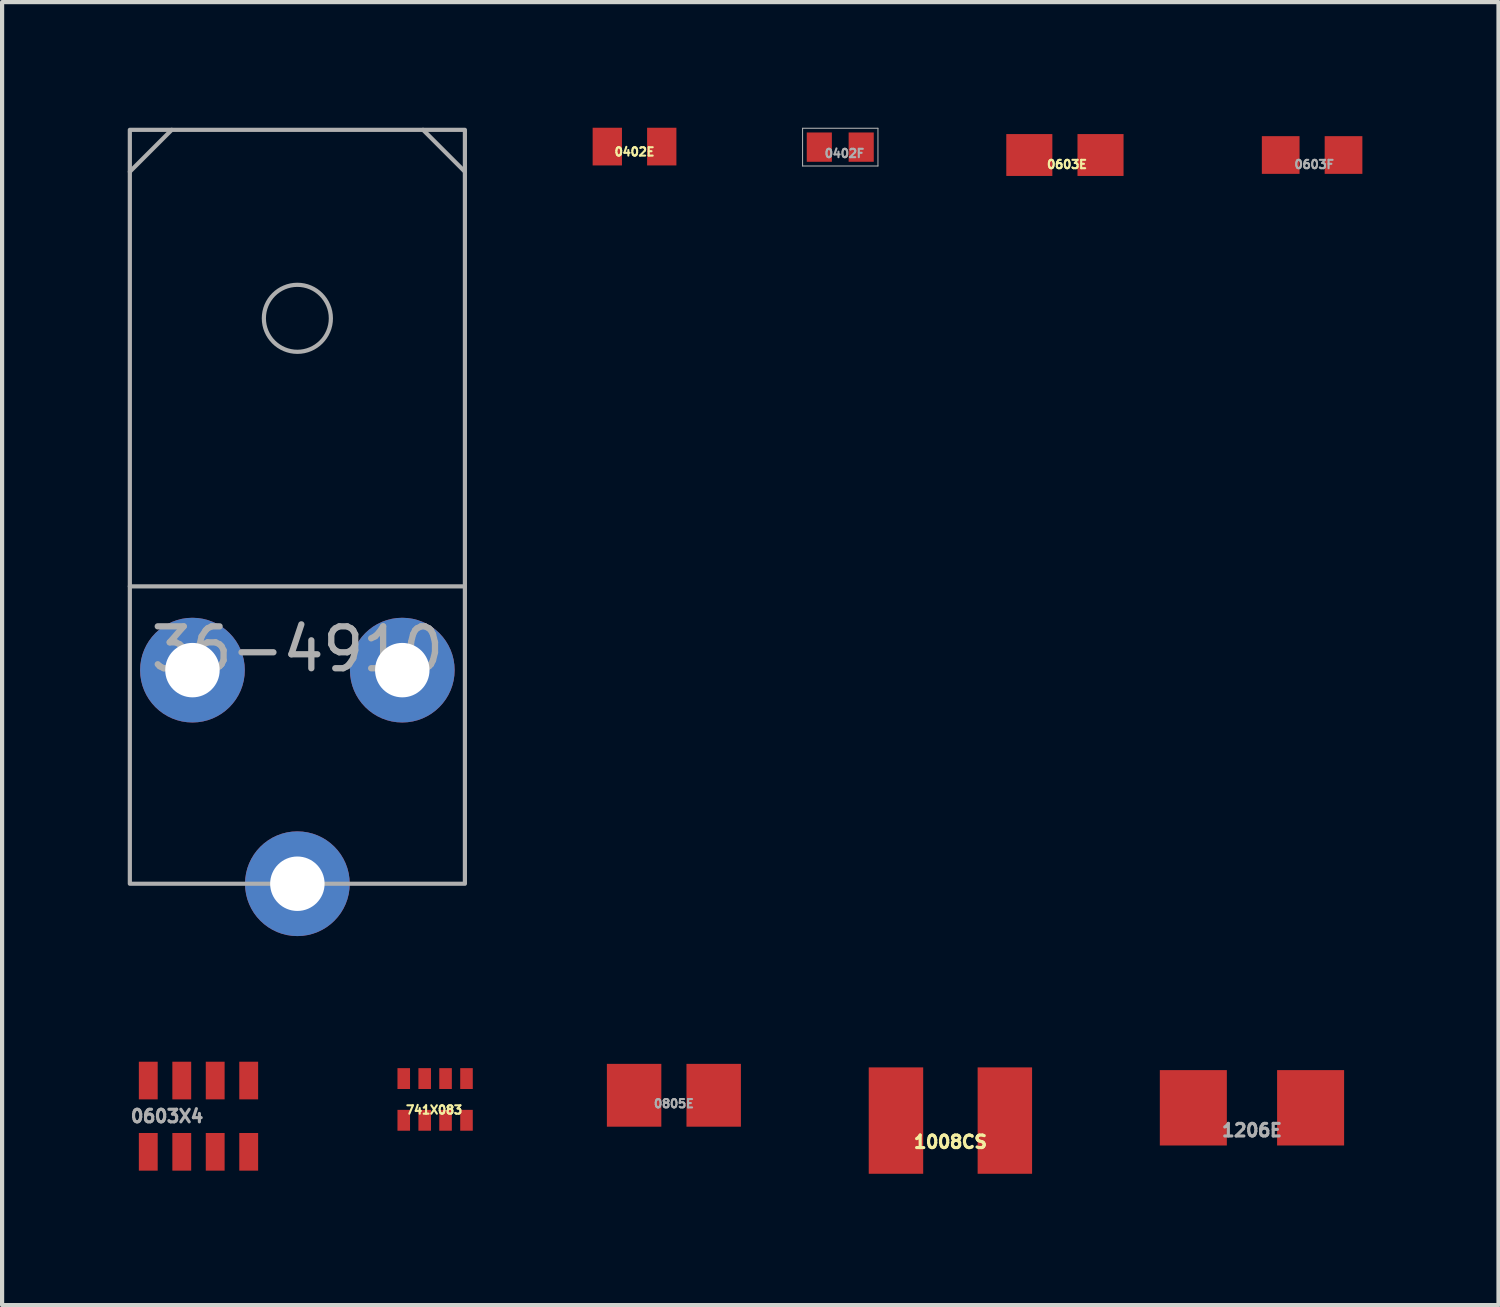
<source format=kicad_pcb>
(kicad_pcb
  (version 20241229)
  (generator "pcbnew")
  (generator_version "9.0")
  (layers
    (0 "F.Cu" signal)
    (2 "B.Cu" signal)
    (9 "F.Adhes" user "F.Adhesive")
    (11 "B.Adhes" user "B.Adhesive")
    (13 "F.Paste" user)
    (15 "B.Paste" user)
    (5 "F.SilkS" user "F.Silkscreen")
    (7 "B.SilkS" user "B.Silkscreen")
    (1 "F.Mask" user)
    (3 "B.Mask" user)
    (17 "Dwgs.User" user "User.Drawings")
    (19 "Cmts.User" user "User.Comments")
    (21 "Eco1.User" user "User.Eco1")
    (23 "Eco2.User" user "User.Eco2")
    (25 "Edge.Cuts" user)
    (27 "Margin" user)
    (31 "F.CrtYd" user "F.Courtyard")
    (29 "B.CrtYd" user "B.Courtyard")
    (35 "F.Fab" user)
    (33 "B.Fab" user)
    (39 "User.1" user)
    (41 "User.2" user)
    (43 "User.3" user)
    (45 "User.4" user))
  (footprint "0603F"
    (layer "F.Cu")
    (at 28.278 0.651)
    (property "Reference" "0603F" (at 0.05 0.225 0) (layer "F.Fab") (effects (font (size 0.2 0.2) (thickness 0.05))))
    (attr smd)
    (fp_line (start -1.45 -0.65) (end 1.45 -0.65) (stroke (width 0.001) (type solid)) (layer "F.Fab"))
    (fp_line (start -1.45 0.65) (end -1.45 -0.65) (stroke (width 0.001) (type solid)) (layer "F.Fab"))
    (fp_line (start 1.45 -0.65) (end 1.45 0.65) (stroke (width 0.001) (type solid)) (layer "F.Fab"))
    (fp_line (start 1.45 0.65) (end -1.45 0.65) (stroke (width 0.001) (type solid)) (layer "F.Fab"))
    (pad "1" smd rect (at -0.75 0) (size 0.9 0.9) (layers "F.Cu" "F.Mask" "F.Paste"))
    (pad "2" smd rect (at 0.75 0) (size 0.9 0.9) (layers "F.Cu" "F.Mask" "F.Paste")))
  (footprint "0805E"
    (layer "F.Cu")
    (at 13.04 23.101)
    (property "Reference" "0805E" (at 0 0.2 0) (layer "F.Fab") (effects (font (size 0.2 0.2) (thickness 0.05))))
    (attr smd)
    (fp_line (start -1.651 -0.8) (end -1.651 0.8) (stroke (width 0.001) (type solid)) (layer "F.Fab"))
    (fp_line (start -1.651 0.8) (end 1.651 0.8) (stroke (width 0.001) (type solid)) (layer "F.Fab"))
    (fp_line (start 1.651 -0.8) (end -1.651 -0.8) (stroke (width 0.001) (type solid)) (layer "F.Fab"))
    (fp_line (start 1.651 0.8) (end 1.651 -0.8) (stroke (width 0.001) (type solid)) (layer "F.Fab"))
    (pad "1" smd rect (at -0.95 0) (size 1.3 1.5) (layers "F.Cu" "F.Mask" "F.Paste"))
    (pad "2" smd rect (at 0.95 0) (size 1.3 1.5) (layers "F.Cu" "F.Mask" "F.Paste")))
  (footprint "1008CS"
    (layer "F.Cu")
    (at 19.642 23.705)
    (property "Reference" "1008CS" (at 0 0.51 0) (layer "F.SilkS") (effects (font (size 0.3 0.3) (thickness 0.075))))
    (attr through_hole)
    (fp_line (start -1.5 -1.4) (end 1.5 -1.4) (stroke (width 0.01) (type solid)) (layer "Eco2.User"))
    (fp_line (start -1.5 1.4) (end -1.5 -1.4) (stroke (width 0.01) (type solid)) (layer "Eco2.User"))
    (fp_line (start 1.5 -1.4) (end 1.5 1.4) (stroke (width 0.01) (type solid)) (layer "Eco2.User"))
    (fp_line (start 1.5 1.4) (end -1.5 1.4) (stroke (width 0.01) (type solid)) (layer "Eco2.User"))
    (pad "1" smd rect (at -1.3 0) (size 1.3 2.54) (layers "F.Cu" "F.Mask" "F.Paste"))
    (pad "2" smd rect (at 1.3 0) (size 1.3 2.54) (layers "F.Cu" "F.Mask" "F.Paste")))
  (footprint "0603E"
    (layer "F.Cu")
    (at 22.376 0.651)
    (property "Reference" "0603E" (at 0.05 0.225 0) (layer "F.SilkS") (effects (font (size 0.2 0.2) (thickness 0.05))))
    (attr smd)
    (fp_line (start -1.45 -0.65) (end 1.45 -0.65) (stroke (width 0.001) (type solid)) (layer "F.SilkS"))
    (fp_line (start -1.45 0.65) (end -1.45 -0.65) (stroke (width 0.001) (type solid)) (layer "F.SilkS"))
    (fp_line (start 1.45 -0.65) (end 1.45 0.65) (stroke (width 0.001) (type solid)) (layer "F.SilkS"))
    (fp_line (start 1.45 0.65) (end -1.45 0.65) (stroke (width 0.001) (type solid)) (layer "F.SilkS"))
    (pad "1" smd rect (at -0.85 0) (size 1.1 1) (layers "F.Cu" "F.Mask" "F.Paste"))
    (pad "2" smd rect (at 0.85 0) (size 1.1 1) (layers "F.Cu" "F.Mask" "F.Paste")))
  (footprint "1206E"
    (layer "F.Cu")
    (at 26.842 23.4)
    (property "Reference" "1206E" (at 0 0.537 0) (layer "F.Fab") (effects (font (size 0.3 0.3) (thickness 0.075))))
    (attr smd)
    (fp_line (start -2.25 -1.1) (end -2.25 1.1) (stroke (width 0.001) (type solid)) (layer "F.Fab"))
    (fp_line (start -2.25 1.1) (end 2.25 1.1) (stroke (width 0.001) (type solid)) (layer "F.Fab"))
    (fp_line (start 2.25 -1.1) (end -2.25 -1.1) (stroke (width 0.001) (type solid)) (layer "F.Fab"))
    (fp_line (start 2.25 1.1) (end 2.25 -1.1) (stroke (width 0.001) (type solid)) (layer "F.Fab"))
    (pad "1" smd rect (at -1.4 0) (size 1.6 1.8) (layers "F.Cu" "F.Mask" "F.Paste"))
    (pad "2" smd rect (at 1.4 0) (size 1.6 1.8) (layers "F.Cu" "F.Mask" "F.Paste")))
  (footprint "0402E"
    (layer "F.Cu")
    (at 12.1 0.45)
    (property "Reference" "0402E" (at 0 0.125 0) (layer "F.SilkS") (effects (font (size 0.2 0.2) (thickness 0.05))))
    (attr smd)
    (fp_line (start -0.851 -0.45) (end 0.851 -0.45) (stroke (width 0.001) (type solid)) (layer "F.SilkS"))
    (fp_line (start -0.851 0.45) (end -0.851 -0.45) (stroke (width 0.001) (type solid)) (layer "F.SilkS"))
    (fp_line (start 0.851 -0.45) (end 0.851 0.45) (stroke (width 0.001) (type solid)) (layer "F.SilkS"))
    (fp_line (start 0.851 0.45) (end -0.851 0.45) (stroke (width 0.001) (type solid)) (layer "F.SilkS"))
    (pad "1" smd rect (at -0.65 0) (size 0.7 0.9) (layers "F.Cu" "F.Mask" "F.Paste"))
    (pad "2" smd rect (at 0.65 0) (size 0.7 0.9) (layers "F.Cu" "F.Mask" "F.Paste")))
  (footprint "0603X4"
    (layer "F.Cu")
    (at 1.689 23.6)
    (property "Reference" "0603X4" (at -0.75 0 0) (layer "F.Fab") (effects (font (size 0.3 0.3) (thickness 0.075))))
    (attr smd)
    (fp_line (start -1.6 -0.8) (end 1.6 -0.8) (stroke (width 0.001) (type solid)) (layer "F.Fab"))
    (fp_line (start -1.6 0.8) (end -1.6 -0.8) (stroke (width 0.001) (type solid)) (layer "F.Fab"))
    (fp_line (start 1.6 -0.8) (end 1.6 0.8) (stroke (width 0.001) (type solid)) (layer "F.Fab"))
    (fp_line (start 1.6 0.8) (end -1.6 0.8) (stroke (width 0.001) (type solid)) (layer "F.Fab"))
    (pad "1" smd rect (at 1.199 -0.851) (size 0.45 0.899) (layers "F.Cu" "F.Mask" "F.Paste"))
    (pad "2" smd rect (at 0.399 -0.851) (size 0.45 0.899) (layers "F.Cu" "F.Mask" "F.Paste"))
    (pad "3" smd rect (at -0.399 -0.851) (size 0.45 0.899) (layers "F.Cu" "F.Mask" "F.Paste"))
    (pad "4" smd rect (at -1.199 -0.851) (size 0.45 0.899) (layers "F.Cu" "F.Mask" "F.Paste"))
    (pad "5" smd rect (at -1.199 0.851) (size 0.45 0.899) (layers "F.Cu" "F.Mask" "F.Paste"))
    (pad "6" smd rect (at -0.399 0.851) (size 0.45 0.899) (layers "F.Cu" "F.Mask" "F.Paste"))
    (pad "7" smd rect (at 0.399 0.851) (size 0.45 0.899) (layers "F.Cu" "F.Mask" "F.Paste"))
    (pad "8" smd rect (at 1.199 0.851) (size 0.45 0.899) (layers "F.Cu" "F.Mask" "F.Paste")))
  (footprint "36-4910"
    (layer "F.Cu")
    (at 4.05 12.95)
    (property "Reference" "36-4910" (at 0 -0.5 0) (unlocked yes) (layer "F.Fab") (effects (font (size 1 1) (thickness 0.15))))
    (attr through_hole)
    (fp_line (start -4 -11.9) (end -3 -12.9) (stroke (width 0.1) (type solid)) (layer "F.Fab"))
    (fp_line (start -4 -2) (end 4 -2) (stroke (width 0.1) (type solid)) (layer "F.Fab"))
    (fp_line (start 3 -12.9) (end 4 -11.9) (stroke (width 0.1) (type solid)) (layer "F.Fab"))
    (fp_rect (start -4 5.1) (end 4 -12.9) (stroke (width 0.1) (type solid)) (fill no) (layer "F.Fab"))
    (fp_circle (center 0 -8.4) (end 0.8 -8.4) (stroke (width 0.1) (type solid)) (fill no) (layer "F.Fab"))
    (pad "1" thru_hole circle (at -2.505 0) (size 2.5 2.5) (drill 1.3) (layers "*.Cu" "*.Mask"))
    (pad "1" thru_hole circle (at 0 5.1) (size 2.5 2.5) (drill 1.3) (layers "*.Cu" "*.Mask"))
    (pad "1" thru_hole circle (at 2.505 0) (size 2.5 2.5) (drill 1.3) (layers "*.Cu" "*.Mask")))
  (footprint "0402F"
    (layer "F.Cu")
    (at 17.012 0.463)
    (property "Reference" "0402F" (at 0.1 0.15 0) (layer "F.Fab") (effects (font (size 0.2 0.2) (thickness 0.05))))
    (attr through_hole)
    (fp_line (start -0.9 -0.45) (end 0.9 -0.45) (stroke (width 0.025) (type solid)) (layer "F.Fab"))
    (fp_line (start -0.9 0.45) (end -0.9 -0.45) (stroke (width 0.025) (type solid)) (layer "F.Fab"))
    (fp_line (start 0.9 -0.45) (end 0.9 0.45) (stroke (width 0.025) (type solid)) (layer "F.Fab"))
    (fp_line (start 0.9 0.45) (end -0.9 0.45) (stroke (width 0.025) (type solid)) (layer "F.Fab"))
    (pad "1" smd rect (at -0.5 0) (size 0.6 0.7) (layers "F.Cu" "F.Mask" "F.Paste"))
    (pad "2" smd rect (at 0.5 0) (size 0.6 0.7) (layers "F.Cu" "F.Mask" "F.Paste")))
  (footprint "741X083"
    (layer "F.Cu")
    (at 7.339 23.2)
    (property "Reference" "741X083" (at -0.025 0.25 0) (layer "F.SilkS") (effects (font (size 0.2 0.2) (thickness 0.05))))
    (attr smd)
    (fp_line (start -1.049 -0.899) (end -1.049 0.899) (stroke (width 0.001) (type solid)) (layer "F.SilkS"))
    (fp_line (start -1.049 -0.899) (end 1.049 -0.899) (stroke (width 0.001) (type solid)) (layer "F.SilkS"))
    (fp_line (start -1.049 0.899) (end 1.049 0.899) (stroke (width 0.001) (type solid)) (layer "F.SilkS"))
    (fp_line (start 1.049 -0.899) (end 1.049 0.899) (stroke (width 0.001) (type solid)) (layer "F.SilkS"))
    (pad "1" smd rect (at -0.749 0.498 180) (size 0.3 0.498) (layers "F.Cu" "F.Mask" "F.Paste"))
    (pad "2" smd rect (at -0.249 0.498 180) (size 0.3 0.498) (layers "F.Cu" "F.Mask" "F.Paste"))
    (pad "3" smd rect (at 0.249 0.498 180) (size 0.3 0.498) (layers "F.Cu" "F.Mask" "F.Paste"))
    (pad "4" smd rect (at 0.749 0.498 180) (size 0.3 0.498) (layers "F.Cu" "F.Mask" "F.Paste"))
    (pad "5" smd rect (at 0.749 -0.498) (size 0.3 0.498) (layers "F.Cu" "F.Mask" "F.Paste"))
    (pad "6" smd rect (at 0.249 -0.498) (size 0.3 0.498) (layers "F.Cu" "F.Mask" "F.Paste"))
    (pad "7" smd rect (at -0.249 -0.498) (size 0.3 0.498) (layers "F.Cu" "F.Mask" "F.Paste"))
    (pad "8" smd rect (at -0.749 -0.498) (size 0.3 0.498) (layers "F.Cu" "F.Mask" "F.Paste")))
  (gr_rect
    (start -3 -3)
    (end 32.728 28.11)
    (stroke (width 0.1) (type default))
    (fill no)
    (layer "Edge.Cuts")))
</source>
